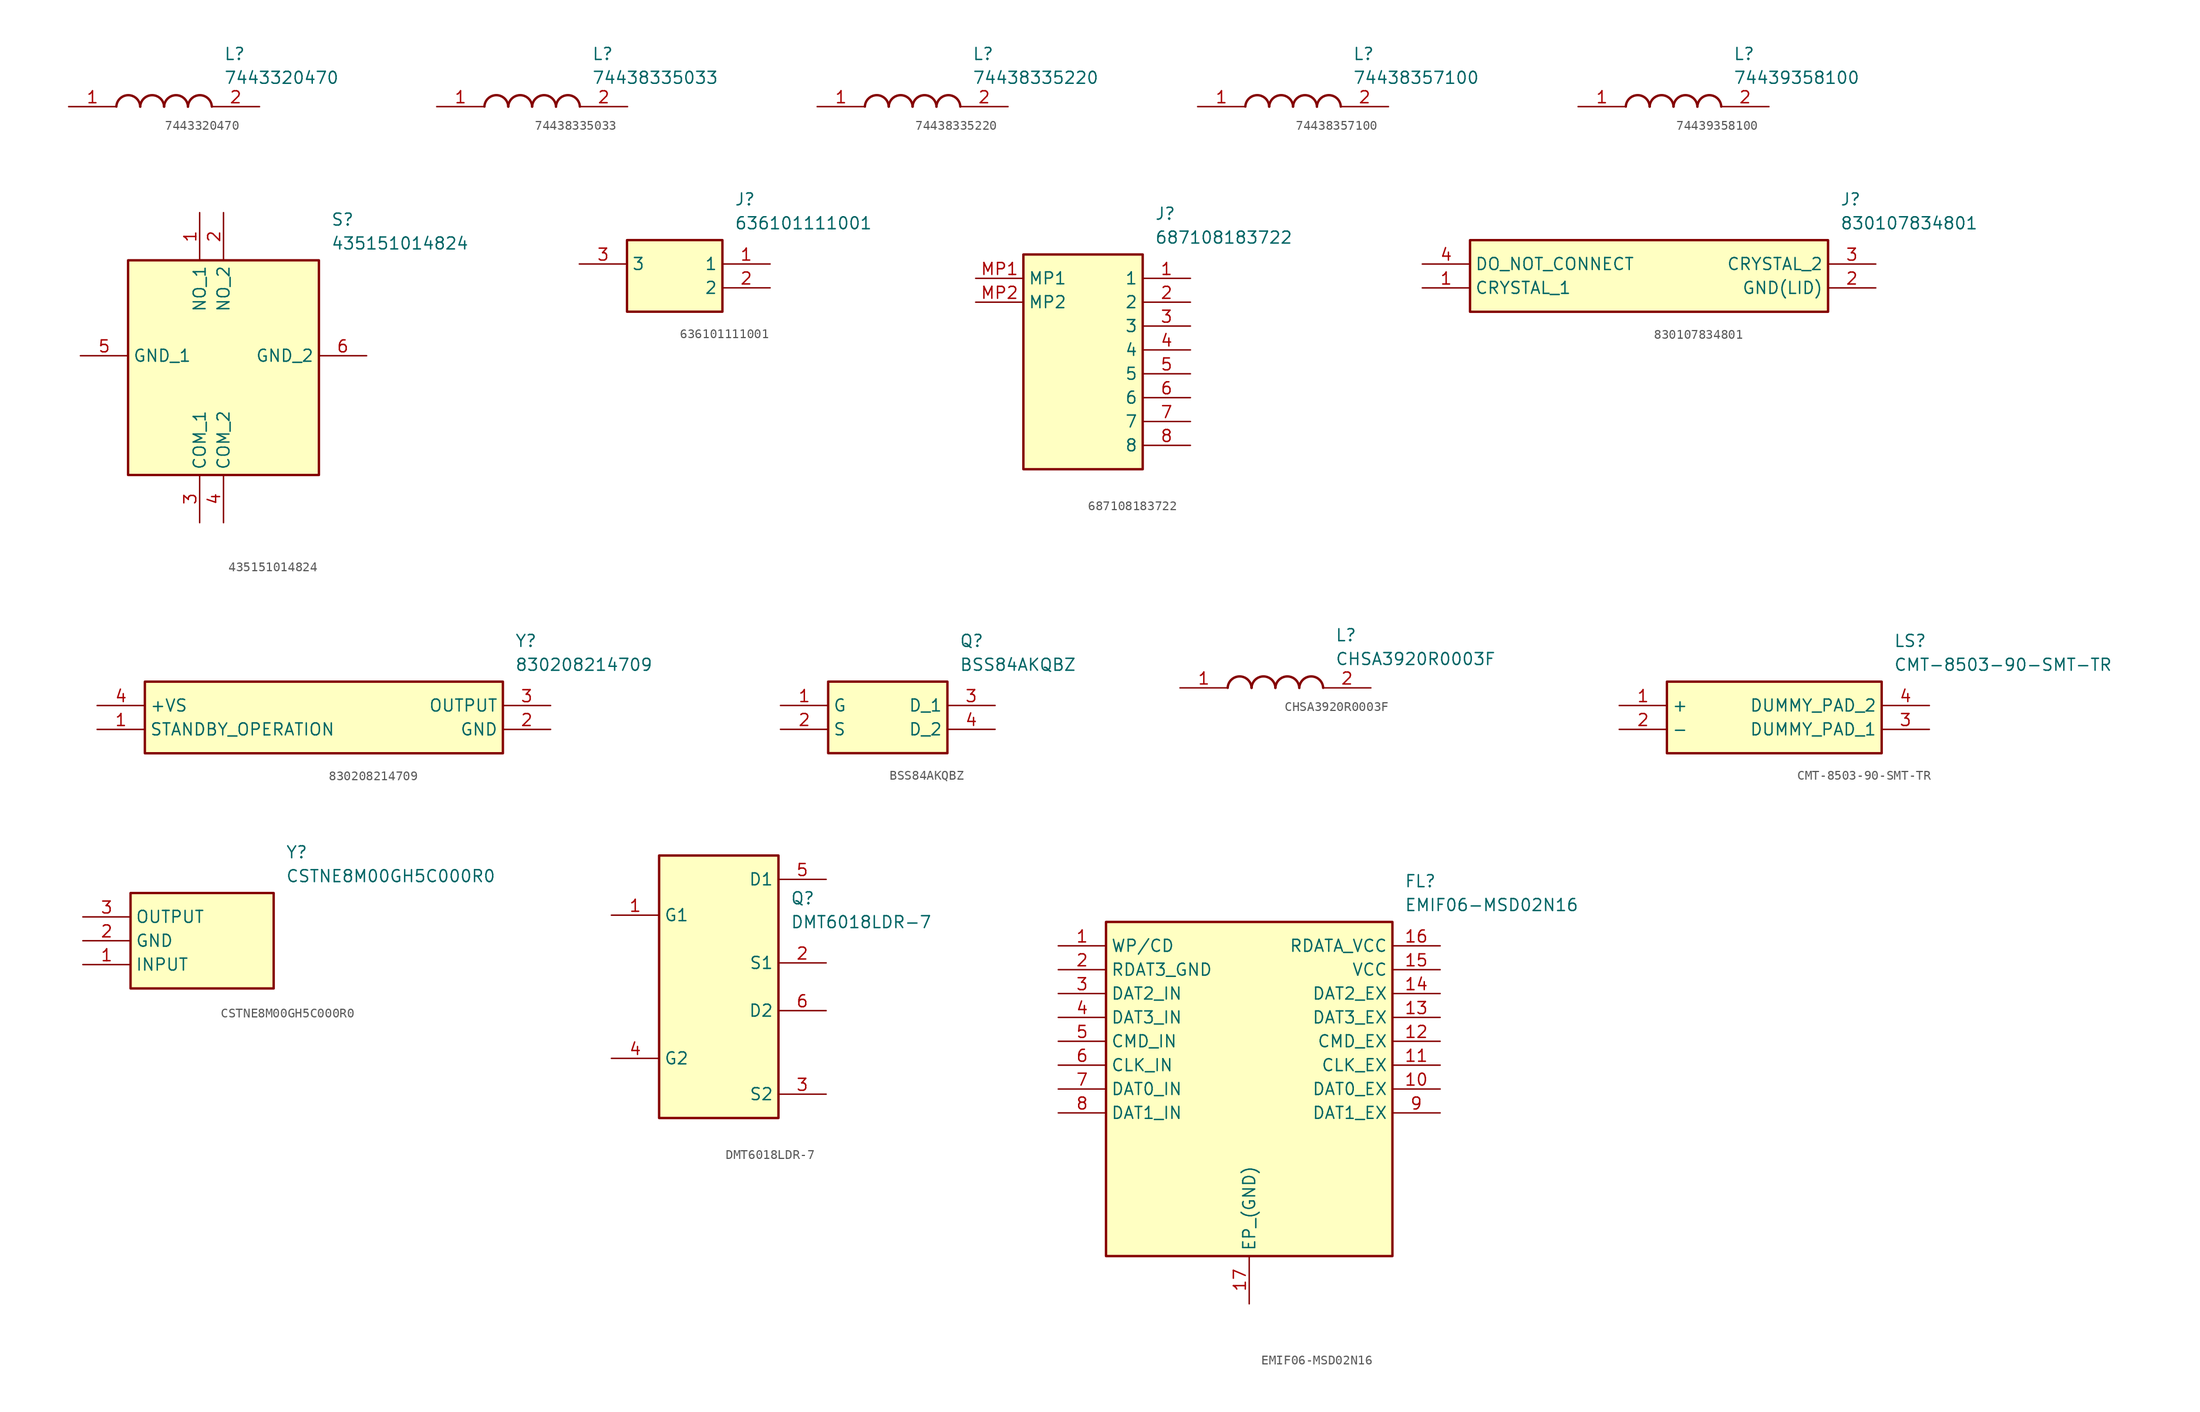
<source format=kicad_sym>
(kicad_symbol_lib
  (version 20241209)
  (generator "kicad_symbol_editor")
  (generator_version "9.0")
  (symbol "7443320470"
    (pin_names
      (hide yes))
    (property "Reference" "L"
      (at 16.51 6.35 0)
      (effects (font (size 1.27 1.27)) (justify left top)))
    (property "Value" "7443320470"
      (at 16.51 3.81 0)
      (effects (font (size 1.27 1.27)) (justify left top)))
    (symbol "7443320470_1_1"
      (arc (start 5.08 0) (mid 6.35 1.219) (end 7.62 0) (stroke (width 0.254) (type default)) (fill (type none)))
      (arc (start 7.62 0) (mid 8.89 1.219) (end 10.16 0) (stroke (width 0.254) (type default)) (fill (type none)))
      (arc (start 10.16 0) (mid 11.43 1.219) (end 12.7 0) (stroke (width 0.254) (type default)) (fill (type none)))
      (arc (start 12.7 0) (mid 13.97 1.219) (end 15.24 0) (stroke (width 0.254) (type default)) (fill (type none)))
      (pin passive line (at 0 0 0) (length 5.08) (name "1" (effects (font (size 1.27 1.27)))) (number "1" (effects (font (size 1.27 1.27)))))
      (pin passive line (at 20.32 0 180) (length 5.08) (name "2" (effects (font (size 1.27 1.27)))) (number "2" (effects (font (size 1.27 1.27)))))))
  (symbol "74438335033"
    (pin_names
      (hide yes))
    (property "Reference" "L"
      (at 16.51 6.35 0)
      (effects (font (size 1.27 1.27)) (justify left top)))
    (property "Value" "74438335033"
      (at 16.51 3.81 0)
      (effects (font (size 1.27 1.27)) (justify left top)))
    (symbol "74438335033_1_1"
      (arc (start 5.08 0) (mid 6.35 1.219) (end 7.62 0) (stroke (width 0.254) (type default)) (fill (type none)))
      (arc (start 7.62 0) (mid 8.89 1.219) (end 10.16 0) (stroke (width 0.254) (type default)) (fill (type none)))
      (arc (start 10.16 0) (mid 11.43 1.219) (end 12.7 0) (stroke (width 0.254) (type default)) (fill (type none)))
      (arc (start 12.7 0) (mid 13.97 1.219) (end 15.24 0) (stroke (width 0.254) (type default)) (fill (type none)))
      (pin passive line (at 0 0 0) (length 5.08) (name "1" (effects (font (size 1.27 1.27)))) (number "1" (effects (font (size 1.27 1.27)))))
      (pin passive line (at 20.32 0 180) (length 5.08) (name "2" (effects (font (size 1.27 1.27)))) (number "2" (effects (font (size 1.27 1.27)))))))
  (symbol "74438335220"
    (pin_names
      (hide yes))
    (property "Reference" "L"
      (at 16.51 6.35 0)
      (effects (font (size 1.27 1.27)) (justify left top)))
    (property "Value" "74438335220"
      (at 16.51 3.81 0)
      (effects (font (size 1.27 1.27)) (justify left top)))
    (symbol "74438335220_1_1"
      (arc (start 5.08 0) (mid 6.35 1.219) (end 7.62 0) (stroke (width 0.254) (type default)) (fill (type none)))
      (arc (start 7.62 0) (mid 8.89 1.219) (end 10.16 0) (stroke (width 0.254) (type default)) (fill (type none)))
      (arc (start 10.16 0) (mid 11.43 1.219) (end 12.7 0) (stroke (width 0.254) (type default)) (fill (type none)))
      (arc (start 12.7 0) (mid 13.97 1.219) (end 15.24 0) (stroke (width 0.254) (type default)) (fill (type none)))
      (pin passive line (at 0 0 0) (length 5.08) (name "1" (effects (font (size 1.27 1.27)))) (number "1" (effects (font (size 1.27 1.27)))))
      (pin passive line (at 20.32 0 180) (length 5.08) (name "2" (effects (font (size 1.27 1.27)))) (number "2" (effects (font (size 1.27 1.27)))))))
  (symbol "74438357100"
    (pin_names
      (hide yes))
    (property "Reference" "L"
      (at 16.51 6.35 0)
      (effects (font (size 1.27 1.27)) (justify left top)))
    (property "Value" "74438357100"
      (at 16.51 3.81 0)
      (effects (font (size 1.27 1.27)) (justify left top)))
    (symbol "74438357100_1_1"
      (arc (start 5.08 0) (mid 6.35 1.219) (end 7.62 0) (stroke (width 0.254) (type default)) (fill (type none)))
      (arc (start 7.62 0) (mid 8.89 1.219) (end 10.16 0) (stroke (width 0.254) (type default)) (fill (type none)))
      (arc (start 10.16 0) (mid 11.43 1.219) (end 12.7 0) (stroke (width 0.254) (type default)) (fill (type none)))
      (arc (start 12.7 0) (mid 13.97 1.219) (end 15.24 0) (stroke (width 0.254) (type default)) (fill (type none)))
      (pin passive line (at 0 0 0) (length 5.08) (name "1" (effects (font (size 1.27 1.27)))) (number "1" (effects (font (size 1.27 1.27)))))
      (pin passive line (at 20.32 0 180) (length 5.08) (name "2" (effects (font (size 1.27 1.27)))) (number "2" (effects (font (size 1.27 1.27)))))))
  (symbol "74439358100"
    (pin_names
      (hide yes))
    (property "Reference" "L"
      (at 16.51 6.35 0)
      (effects (font (size 1.27 1.27)) (justify left top)))
    (property "Value" "74439358100"
      (at 16.51 3.81 0)
      (effects (font (size 1.27 1.27)) (justify left top)))
    (symbol "74439358100_1_1"
      (arc (start 5.08 0) (mid 6.35 1.219) (end 7.62 0) (stroke (width 0.254) (type default)) (fill (type none)))
      (arc (start 7.62 0) (mid 8.89 1.219) (end 10.16 0) (stroke (width 0.254) (type default)) (fill (type none)))
      (arc (start 10.16 0) (mid 11.43 1.219) (end 12.7 0) (stroke (width 0.254) (type default)) (fill (type none)))
      (arc (start 12.7 0) (mid 13.97 1.219) (end 15.24 0) (stroke (width 0.254) (type default)) (fill (type none)))
      (pin passive line (at 0 0 0) (length 5.08) (name "1" (effects (font (size 1.27 1.27)))) (number "1" (effects (font (size 1.27 1.27)))))
      (pin passive line (at 20.32 0 180) (length 5.08) (name "2" (effects (font (size 1.27 1.27)))) (number "2" (effects (font (size 1.27 1.27)))))))
  (symbol "435151014824"
    (property "Reference" "S"
      (at 26.67 15.24 0)
      (effects (font (size 1.27 1.27)) (justify left top)))
    (property "Value" "435151014824"
      (at 26.67 12.7 0)
      (effects (font (size 1.27 1.27)) (justify left top)))
    (symbol "435151014824_1_1"
      (rectangle (start 5.08 10.16) (end 25.4 -12.7) (stroke (width 0.254) (type default)) (fill (type background)))
      (pin passive line (at 0 0 0) (length 5.08) (name "GND_1" (effects (font (size 1.27 1.27)))) (number "5" (effects (font (size 1.27 1.27)))))
      (pin passive line (at 12.7 15.24 270) (length 5.08) (name "NO_1" (effects (font (size 1.27 1.27)))) (number "1" (effects (font (size 1.27 1.27)))))
      (pin passive line (at 12.7 -17.78 90) (length 5.08) (name "COM_1" (effects (font (size 1.27 1.27)))) (number "3" (effects (font (size 1.27 1.27)))))
      (pin passive line (at 15.24 15.24 270) (length 5.08) (name "NO_2" (effects (font (size 1.27 1.27)))) (number "2" (effects (font (size 1.27 1.27)))))
      (pin passive line (at 15.24 -17.78 90) (length 5.08) (name "COM_2" (effects (font (size 1.27 1.27)))) (number "4" (effects (font (size 1.27 1.27)))))
      (pin passive line (at 30.48 0 180) (length 5.08) (name "GND_2" (effects (font (size 1.27 1.27)))) (number "6" (effects (font (size 1.27 1.27)))))))
  (symbol "636101111001"
    (property "Reference" "J"
      (at 16.51 7.62 0)
      (effects (font (size 1.27 1.27)) (justify left top)))
    (property "Value" "636101111001"
      (at 16.51 5.08 0)
      (effects (font (size 1.27 1.27)) (justify left top)))
    (symbol "636101111001_1_1"
      (rectangle (start 5.08 2.54) (end 15.24 -5.08) (stroke (width 0.254) (type default)) (fill (type background)))
      (pin passive line (at 0 0 0) (length 5.08) (name "3" (effects (font (size 1.27 1.27)))) (number "3" (effects (font (size 1.27 1.27)))))
      (pin passive line (at 20.32 0 180) (length 5.08) (name "1" (effects (font (size 1.27 1.27)))) (number "1" (effects (font (size 1.27 1.27)))))
      (pin passive line (at 20.32 -2.54 180) (length 5.08) (name "2" (effects (font (size 1.27 1.27)))) (number "2" (effects (font (size 1.27 1.27)))))))
  (symbol "687108183722"
    (property "Reference" "J"
      (at 19.05 7.62 0)
      (effects (font (size 1.27 1.27)) (justify left top)))
    (property "Value" "687108183722"
      (at 19.05 5.08 0)
      (effects (font (size 1.27 1.27)) (justify left top)))
    (symbol "687108183722_1_1"
      (rectangle (start 5.08 2.54) (end 17.78 -20.32) (stroke (width 0.254) (type default)) (fill (type background)))
      (pin passive line (at 0 0 0) (length 5.08) (name "MP1" (effects (font (size 1.27 1.27)))) (number "MP1" (effects (font (size 1.27 1.27)))))
      (pin passive line (at 0 -2.54 0) (length 5.08) (name "MP2" (effects (font (size 1.27 1.27)))) (number "MP2" (effects (font (size 1.27 1.27)))))
      (pin passive line (at 22.86 0 180) (length 5.08) (name "1" (effects (font (size 1.27 1.27)))) (number "1" (effects (font (size 1.27 1.27)))))
      (pin passive line (at 22.86 -2.54 180) (length 5.08) (name "2" (effects (font (size 1.27 1.27)))) (number "2" (effects (font (size 1.27 1.27)))))
      (pin passive line (at 22.86 -5.08 180) (length 5.08) (name "3" (effects (font (size 1.27 1.27)))) (number "3" (effects (font (size 1.27 1.27)))))
      (pin passive line (at 22.86 -7.62 180) (length 5.08) (name "4" (effects (font (size 1.27 1.27)))) (number "4" (effects (font (size 1.27 1.27)))))
      (pin passive line (at 22.86 -10.16 180) (length 5.08) (name "5" (effects (font (size 1.27 1.27)))) (number "5" (effects (font (size 1.27 1.27)))))
      (pin passive line (at 22.86 -12.7 180) (length 5.08) (name "6" (effects (font (size 1.27 1.27)))) (number "6" (effects (font (size 1.27 1.27)))))
      (pin passive line (at 22.86 -15.24 180) (length 5.08) (name "7" (effects (font (size 1.27 1.27)))) (number "7" (effects (font (size 1.27 1.27)))))
      (pin passive line (at 22.86 -17.78 180) (length 5.08) (name "8" (effects (font (size 1.27 1.27)))) (number "8" (effects (font (size 1.27 1.27)))))))
  (symbol "830107834801"
    (property "Reference" "J"
      (at 44.45 7.62 0)
      (effects (font (size 1.27 1.27)) (justify left top)))
    (property "Value" "830107834801"
      (at 44.45 5.08 0)
      (effects (font (size 1.27 1.27)) (justify left top)))
    (symbol "830107834801_1_1"
      (rectangle (start 5.08 2.54) (end 43.18 -5.08) (stroke (width 0.254) (type default)) (fill (type background)))
      (pin passive line (at 0 0 0) (length 5.08) (name "DO_NOT_CONNECT" (effects (font (size 1.27 1.27)))) (number "4" (effects (font (size 1.27 1.27)))))
      (pin passive line (at 0 -2.54 0) (length 5.08) (name "CRYSTAL_1" (effects (font (size 1.27 1.27)))) (number "1" (effects (font (size 1.27 1.27)))))
      (pin passive line (at 48.26 0 180) (length 5.08) (name "CRYSTAL_2" (effects (font (size 1.27 1.27)))) (number "3" (effects (font (size 1.27 1.27)))))
      (pin passive line (at 48.26 -2.54 180) (length 5.08) (name "GND(LID)" (effects (font (size 1.27 1.27)))) (number "2" (effects (font (size 1.27 1.27)))))))
  (symbol "830208214709"
    (property "Reference" "Y"
      (at 44.45 7.62 0)
      (effects (font (size 1.27 1.27)) (justify left top)))
    (property "Value" "830208214709"
      (at 44.45 5.08 0)
      (effects (font (size 1.27 1.27)) (justify left top)))
    (symbol "830208214709_1_1"
      (rectangle (start 5.08 2.54) (end 43.18 -5.08) (stroke (width 0.254) (type default)) (fill (type background)))
      (pin passive line (at 0 0 0) (length 5.08) (name "+VS" (effects (font (size 1.27 1.27)))) (number "4" (effects (font (size 1.27 1.27)))))
      (pin passive line (at 0 -2.54 0) (length 5.08) (name "STANDBY_OPERATION" (effects (font (size 1.27 1.27)))) (number "1" (effects (font (size 1.27 1.27)))))
      (pin passive line (at 48.26 0 180) (length 5.08) (name "OUTPUT" (effects (font (size 1.27 1.27)))) (number "3" (effects (font (size 1.27 1.27)))))
      (pin passive line (at 48.26 -2.54 180) (length 5.08) (name "GND" (effects (font (size 1.27 1.27)))) (number "2" (effects (font (size 1.27 1.27)))))))
  (symbol "BSS84AKQBZ"
    (property "Reference" "Q"
      (at 19.05 7.62 0)
      (effects (font (size 1.27 1.27)) (justify left top)))
    (property "Value" "BSS84AKQBZ"
      (at 19.05 5.08 0)
      (effects (font (size 1.27 1.27)) (justify left top)))
    (symbol "BSS84AKQBZ_1_1"
      (rectangle (start 5.08 2.54) (end 17.78 -5.08) (stroke (width 0.254) (type default)) (fill (type background)))
      (pin passive line (at 0 0 0) (length 5.08) (name "G" (effects (font (size 1.27 1.27)))) (number "1" (effects (font (size 1.27 1.27)))))
      (pin passive line (at 0 -2.54 0) (length 5.08) (name "S" (effects (font (size 1.27 1.27)))) (number "2" (effects (font (size 1.27 1.27)))))
      (pin passive line (at 22.86 0 180) (length 5.08) (name "D_1" (effects (font (size 1.27 1.27)))) (number "3" (effects (font (size 1.27 1.27)))))
      (pin passive line (at 22.86 -2.54 180) (length 5.08) (name "D_2" (effects (font (size 1.27 1.27)))) (number "4" (effects (font (size 1.27 1.27)))))))
  (symbol "CHSA3920R0003F"
    (pin_names
      (hide yes))
    (property "Reference" "L"
      (at 16.51 6.35 0)
      (effects (font (size 1.27 1.27)) (justify left top)))
    (property "Value" "CHSA3920R0003F"
      (at 16.51 3.81 0)
      (effects (font (size 1.27 1.27)) (justify left top)))
    (symbol "CHSA3920R0003F_1_1"
      (arc (start 5.08 0) (mid 6.35 1.219) (end 7.62 0) (stroke (width 0.254) (type default)) (fill (type none)))
      (arc (start 7.62 0) (mid 8.89 1.219) (end 10.16 0) (stroke (width 0.254) (type default)) (fill (type none)))
      (arc (start 10.16 0) (mid 11.43 1.219) (end 12.7 0) (stroke (width 0.254) (type default)) (fill (type none)))
      (arc (start 12.7 0) (mid 13.97 1.219) (end 15.24 0) (stroke (width 0.254) (type default)) (fill (type none)))
      (pin passive line (at 0 0 0) (length 5.08) (name "1" (effects (font (size 1.27 1.27)))) (number "1" (effects (font (size 1.27 1.27)))))
      (pin passive line (at 20.32 0 180) (length 5.08) (name "2" (effects (font (size 1.27 1.27)))) (number "2" (effects (font (size 1.27 1.27)))))))
  (symbol "CMT-8503-90-SMT-TR"
    (property "Reference" "LS"
      (at 29.21 7.62 0)
      (effects (font (size 1.27 1.27)) (justify left top)))
    (property "Value" "CMT-8503-90-SMT-TR"
      (at 29.21 5.08 0)
      (effects (font (size 1.27 1.27)) (justify left top)))
    (symbol "CMT-8503-90-SMT-TR_1_1"
      (rectangle (start 5.08 2.54) (end 27.94 -5.08) (stroke (width 0.254) (type default)) (fill (type background)))
      (pin passive line (at 0 0 0) (length 5.08) (name "+" (effects (font (size 1.27 1.27)))) (number "1" (effects (font (size 1.27 1.27)))))
      (pin passive line (at 0 -2.54 0) (length 5.08) (name "-" (effects (font (size 1.27 1.27)))) (number "2" (effects (font (size 1.27 1.27)))))
      (pin passive line (at 33.02 0 180) (length 5.08) (name "DUMMY_PAD_2" (effects (font (size 1.27 1.27)))) (number "4" (effects (font (size 1.27 1.27)))))
      (pin passive line (at 33.02 -2.54 180) (length 5.08) (name "DUMMY_PAD_1" (effects (font (size 1.27 1.27)))) (number "3" (effects (font (size 1.27 1.27)))))))
  (symbol "CSTNE8M00GH5C000R0"
    (property "Reference" "Y"
      (at 21.59 7.62 0)
      (effects (font (size 1.27 1.27)) (justify left top)))
    (property "Value" "CSTNE8M00GH5C000R0"
      (at 21.59 5.08 0)
      (effects (font (size 1.27 1.27)) (justify left top)))
    (symbol "CSTNE8M00GH5C000R0_1_1"
      (rectangle (start 5.08 2.54) (end 20.32 -7.62) (stroke (width 0.254) (type default)) (fill (type background)))
      (pin passive line (at 0 0 0) (length 5.08) (name "OUTPUT" (effects (font (size 1.27 1.27)))) (number "3" (effects (font (size 1.27 1.27)))))
      (pin passive line (at 0 -2.54 0) (length 5.08) (name "GND" (effects (font (size 1.27 1.27)))) (number "2" (effects (font (size 1.27 1.27)))))
      (pin passive line (at 0 -5.08 0) (length 5.08) (name "INPUT" (effects (font (size 1.27 1.27)))) (number "1" (effects (font (size 1.27 1.27)))))))
  (symbol "DMT6018LDR-7"
    (property "Reference" "Q"
      (at 19.05 7.62 0)
      (effects (font (size 1.27 1.27)) (justify left top)))
    (property "Value" "DMT6018LDR-7"
      (at 19.05 5.08 0)
      (effects (font (size 1.27 1.27)) (justify left top)))
    (symbol "DMT6018LDR-7_1_1"
      (rectangle (start 5.08 11.43) (end 17.78 -16.51) (stroke (width 0.254) (type default)) (fill (type background)))
      (pin passive line (at 0 5.08 0) (length 5.08) (name "G1" (effects (font (size 1.27 1.27)))) (number "1" (effects (font (size 1.27 1.27)))))
      (pin passive line (at 0 -10.16 0) (length 5.08) (name "G2" (effects (font (size 1.27 1.27)))) (number "4" (effects (font (size 1.27 1.27)))))
      (pin passive line (at 22.86 8.89 180) (length 5.08) (name "D1" (effects (font (size 1.27 1.27)))) (number "5" (effects (font (size 1.27 1.27)))))
      (pin passive line (at 22.86 0 180) (length 5.08) (name "S1" (effects (font (size 1.27 1.27)))) (number "2" (effects (font (size 1.27 1.27)))))
      (pin passive line (at 22.86 -5.08 180) (length 5.08) (name "D2" (effects (font (size 1.27 1.27)))) (number "6" (effects (font (size 1.27 1.27)))))
      (pin passive line (at 22.86 -13.97 180) (length 5.08) (name "S2" (effects (font (size 1.27 1.27)))) (number "3" (effects (font (size 1.27 1.27)))))))
  (symbol "EMIF06-MSD02N16"
    (property "Reference" "FL"
      (at 36.83 7.62 0)
      (effects (font (size 1.27 1.27)) (justify left top)))
    (property "Value" "EMIF06-MSD02N16"
      (at 36.83 5.08 0)
      (effects (font (size 1.27 1.27)) (justify left top)))
    (symbol "EMIF06-MSD02N16_1_1"
      (rectangle (start 5.08 2.54) (end 35.56 -33.02) (stroke (width 0.254) (type default)) (fill (type background)))
      (pin passive line (at 0 0 0) (length 5.08) (name "WP/CD" (effects (font (size 1.27 1.27)))) (number "1" (effects (font (size 1.27 1.27)))))
      (pin passive line (at 0 -2.54 0) (length 5.08) (name "RDAT3_GND" (effects (font (size 1.27 1.27)))) (number "2" (effects (font (size 1.27 1.27)))))
      (pin passive line (at 0 -5.08 0) (length 5.08) (name "DAT2_IN" (effects (font (size 1.27 1.27)))) (number "3" (effects (font (size 1.27 1.27)))))
      (pin passive line (at 0 -7.62 0) (length 5.08) (name "DAT3_IN" (effects (font (size 1.27 1.27)))) (number "4" (effects (font (size 1.27 1.27)))))
      (pin passive line (at 0 -10.16 0) (length 5.08) (name "CMD_IN" (effects (font (size 1.27 1.27)))) (number "5" (effects (font (size 1.27 1.27)))))
      (pin passive line (at 0 -12.7 0) (length 5.08) (name "CLK_IN" (effects (font (size 1.27 1.27)))) (number "6" (effects (font (size 1.27 1.27)))))
      (pin passive line (at 0 -15.24 0) (length 5.08) (name "DAT0_IN" (effects (font (size 1.27 1.27)))) (number "7" (effects (font (size 1.27 1.27)))))
      (pin passive line (at 0 -17.78 0) (length 5.08) (name "DAT1_IN" (effects (font (size 1.27 1.27)))) (number "8" (effects (font (size 1.27 1.27)))))
      (pin passive line (at 20.32 -38.1 90) (length 5.08) (name "EP_(GND)" (effects (font (size 1.27 1.27)))) (number "17" (effects (font (size 1.27 1.27)))))
      (pin passive line (at 40.64 0 180) (length 5.08) (name "RDATA_VCC" (effects (font (size 1.27 1.27)))) (number "16" (effects (font (size 1.27 1.27)))))
      (pin passive line (at 40.64 -2.54 180) (length 5.08) (name "VCC" (effects (font (size 1.27 1.27)))) (number "15" (effects (font (size 1.27 1.27)))))
      (pin passive line (at 40.64 -5.08 180) (length 5.08) (name "DAT2_EX" (effects (font (size 1.27 1.27)))) (number "14" (effects (font (size 1.27 1.27)))))
      (pin passive line (at 40.64 -7.62 180) (length 5.08) (name "DAT3_EX" (effects (font (size 1.27 1.27)))) (number "13" (effects (font (size 1.27 1.27)))))
      (pin passive line (at 40.64 -10.16 180) (length 5.08) (name "CMD_EX" (effects (font (size 1.27 1.27)))) (number "12" (effects (font (size 1.27 1.27)))))
      (pin passive line (at 40.64 -12.7 180) (length 5.08) (name "CLK_EX" (effects (font (size 1.27 1.27)))) (number "11" (effects (font (size 1.27 1.27)))))
      (pin passive line (at 40.64 -15.24 180) (length 5.08) (name "DAT0_EX" (effects (font (size 1.27 1.27)))) (number "10" (effects (font (size 1.27 1.27)))))
      (pin passive line (at 40.64 -17.78 180) (length 5.08) (name "DAT1_EX" (effects (font (size 1.27 1.27)))) (number "9" (effects (font (size 1.27 1.27))))))))
</source>
